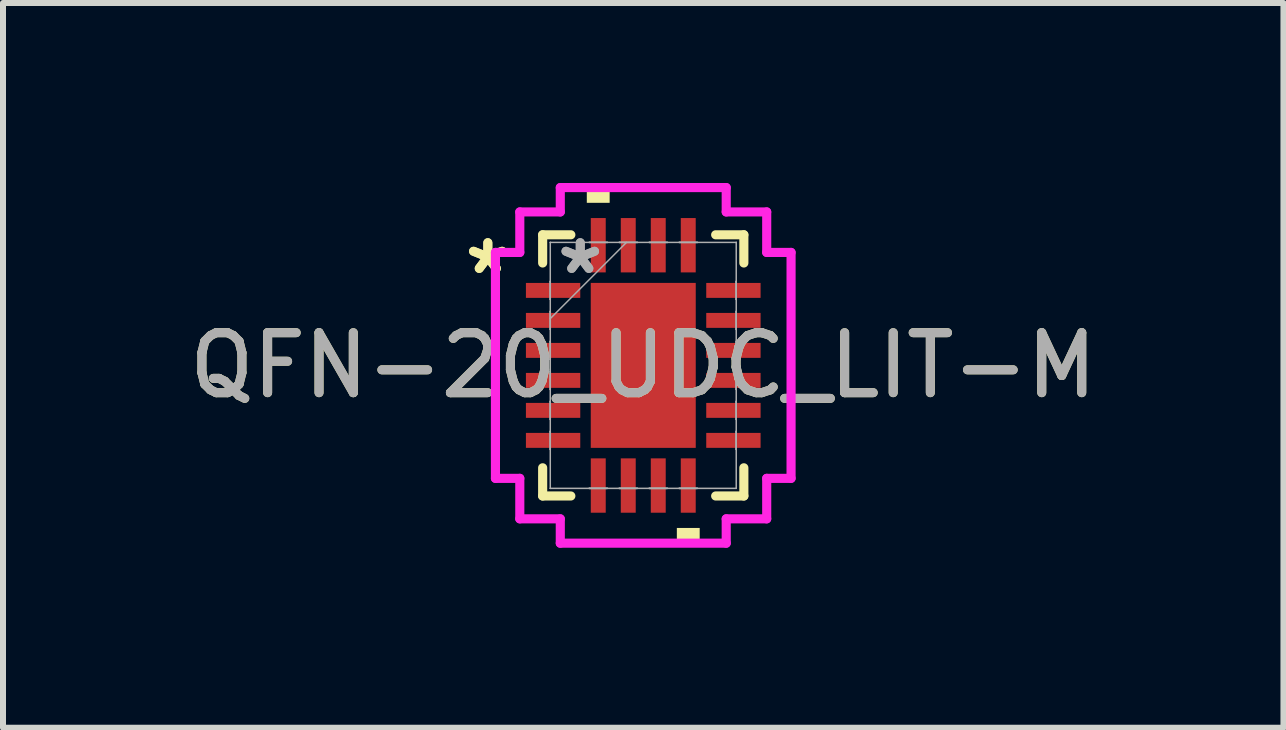
<source format=kicad_pcb>
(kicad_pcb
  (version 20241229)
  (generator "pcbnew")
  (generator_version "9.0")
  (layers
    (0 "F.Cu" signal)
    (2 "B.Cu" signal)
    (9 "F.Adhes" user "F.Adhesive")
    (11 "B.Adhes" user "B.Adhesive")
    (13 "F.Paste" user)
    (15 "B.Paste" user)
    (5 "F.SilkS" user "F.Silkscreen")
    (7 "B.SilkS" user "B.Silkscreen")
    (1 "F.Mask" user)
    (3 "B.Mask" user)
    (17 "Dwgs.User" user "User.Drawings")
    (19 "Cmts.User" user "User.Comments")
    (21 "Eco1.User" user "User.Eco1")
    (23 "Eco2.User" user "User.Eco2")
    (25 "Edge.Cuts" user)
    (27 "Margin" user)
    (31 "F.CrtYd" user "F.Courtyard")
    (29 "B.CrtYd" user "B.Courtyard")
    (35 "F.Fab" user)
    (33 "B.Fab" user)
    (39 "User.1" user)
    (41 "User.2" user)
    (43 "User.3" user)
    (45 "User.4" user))
  (footprint "QFN-20_UDC_LIT-M"
    (layer "F.Cu")
    (at 7.673 3.041)
    (property "Reference" "QFN-20_UDC_LIT-M" (at 0 0 0) (unlocked yes) (layer "F.SilkS") (effects (font (size 1 1) (thickness 0.15))))
    (attr smd)
    (fp_line (start -1.677 -2.177) (end -1.677 -1.707) (stroke (width 0.152) (type solid)) (layer "F.SilkS"))
    (fp_line (start -1.677 1.707) (end -1.677 2.177) (stroke (width 0.152) (type solid)) (layer "F.SilkS"))
    (fp_line (start -1.677 2.177) (end -1.207 2.177) (stroke (width 0.152) (type solid)) (layer "F.SilkS"))
    (fp_line (start -1.207 -2.177) (end -1.677 -2.177) (stroke (width 0.152) (type solid)) (layer "F.SilkS"))
    (fp_line (start 1.207 2.177) (end 1.677 2.177) (stroke (width 0.152) (type solid)) (layer "F.SilkS"))
    (fp_line (start 1.677 -2.177) (end 1.207 -2.177) (stroke (width 0.152) (type solid)) (layer "F.SilkS"))
    (fp_line (start 1.677 -1.707) (end 1.677 -2.177) (stroke (width 0.152) (type solid)) (layer "F.SilkS"))
    (fp_line (start 1.677 2.177) (end 1.677 1.707) (stroke (width 0.152) (type solid)) (layer "F.SilkS"))
    (fp_poly (pts (xy -0.941 -2.71) (xy -0.941 -2.964) (xy -0.56 -2.964) (xy -0.56 -2.71)) (stroke (width 0) (type solid)) (fill yes) (layer "F.SilkS"))
    (fp_poly (pts (xy 0.56 2.71) (xy 0.56 2.964) (xy 0.941 2.964) (xy 0.941 2.71)) (stroke (width 0) (type solid)) (fill yes) (layer "F.SilkS"))
    (fp_poly (pts (xy -0.775 -1.275) (xy -0.775 -0.1) (xy 0.775 -0.1) (xy 0.775 -1.275)) (stroke (width 0) (type solid)) (fill yes) (layer "F.Paste"))
    (fp_poly (pts (xy -0.775 0.1) (xy -0.775 1.275) (xy 0.775 1.275) (xy 0.775 0.1)) (stroke (width 0) (type solid)) (fill yes) (layer "F.Paste"))
    (fp_line (start -2.464 -1.883) (end -2.058 -1.883) (stroke (width 0.152) (type solid)) (layer "F.CrtYd"))
    (fp_line (start -2.464 1.883) (end -2.464 -1.883) (stroke (width 0.152) (type solid)) (layer "F.CrtYd"))
    (fp_line (start -2.058 -2.558) (end -1.383 -2.558) (stroke (width 0.152) (type solid)) (layer "F.CrtYd"))
    (fp_line (start -2.058 -1.883) (end -2.058 -2.558) (stroke (width 0.152) (type solid)) (layer "F.CrtYd"))
    (fp_line (start -2.058 1.883) (end -2.464 1.883) (stroke (width 0.152) (type solid)) (layer "F.CrtYd"))
    (fp_line (start -2.058 2.558) (end -2.058 1.883) (stroke (width 0.152) (type solid)) (layer "F.CrtYd"))
    (fp_line (start -1.383 -2.964) (end 1.383 -2.964) (stroke (width 0.152) (type solid)) (layer "F.CrtYd"))
    (fp_line (start -1.383 -2.558) (end -1.383 -2.964) (stroke (width 0.152) (type solid)) (layer "F.CrtYd"))
    (fp_line (start -1.383 2.558) (end -2.058 2.558) (stroke (width 0.152) (type solid)) (layer "F.CrtYd"))
    (fp_line (start -1.383 2.964) (end -1.383 2.558) (stroke (width 0.152) (type solid)) (layer "F.CrtYd"))
    (fp_line (start 1.383 -2.964) (end 1.383 -2.558) (stroke (width 0.152) (type solid)) (layer "F.CrtYd"))
    (fp_line (start 1.383 -2.558) (end 2.058 -2.558) (stroke (width 0.152) (type solid)) (layer "F.CrtYd"))
    (fp_line (start 1.383 2.558) (end 1.383 2.964) (stroke (width 0.152) (type solid)) (layer "F.CrtYd"))
    (fp_line (start 1.383 2.964) (end -1.383 2.964) (stroke (width 0.152) (type solid)) (layer "F.CrtYd"))
    (fp_line (start 2.058 -2.558) (end 2.058 -1.883) (stroke (width 0.152) (type solid)) (layer "F.CrtYd"))
    (fp_line (start 2.058 -1.883) (end 2.464 -1.883) (stroke (width 0.152) (type solid)) (layer "F.CrtYd"))
    (fp_line (start 2.058 1.883) (end 2.058 2.558) (stroke (width 0.152) (type solid)) (layer "F.CrtYd"))
    (fp_line (start 2.058 2.558) (end 1.383 2.558) (stroke (width 0.152) (type solid)) (layer "F.CrtYd"))
    (fp_line (start 2.464 -1.883) (end 2.464 1.883) (stroke (width 0.152) (type solid)) (layer "F.CrtYd"))
    (fp_line (start 2.464 1.883) (end 2.058 1.883) (stroke (width 0.152) (type solid)) (layer "F.CrtYd"))
    (fp_line (start -1.55 -2.05) (end -1.55 -2.05) (stroke (width 0.025) (type solid)) (layer "F.Fab"))
    (fp_line (start -1.55 -2.05) (end -1.55 2.05) (stroke (width 0.025) (type solid)) (layer "F.Fab"))
    (fp_line (start -1.55 -1.4) (end -1.55 -1.4) (stroke (width 0.025) (type solid)) (layer "F.Fab"))
    (fp_line (start -1.55 -1.4) (end -1.55 -1.1) (stroke (width 0.025) (type solid)) (layer "F.Fab"))
    (fp_line (start -1.55 -1.1) (end -1.55 -1.4) (stroke (width 0.025) (type solid)) (layer "F.Fab"))
    (fp_line (start -1.55 -1.1) (end -1.55 -1.1) (stroke (width 0.025) (type solid)) (layer "F.Fab"))
    (fp_line (start -1.55 -0.9) (end -1.55 -0.9) (stroke (width 0.025) (type solid)) (layer "F.Fab"))
    (fp_line (start -1.55 -0.9) (end -1.55 -0.6) (stroke (width 0.025) (type solid)) (layer "F.Fab"))
    (fp_line (start -1.55 -0.78) (end -0.28 -2.05) (stroke (width 0.025) (type solid)) (layer "F.Fab"))
    (fp_line (start -1.55 -0.6) (end -1.55 -0.9) (stroke (width 0.025) (type solid)) (layer "F.Fab"))
    (fp_line (start -1.55 -0.6) (end -1.55 -0.6) (stroke (width 0.025) (type solid)) (layer "F.Fab"))
    (fp_line (start -1.55 -0.4) (end -1.55 -0.4) (stroke (width 0.025) (type solid)) (layer "F.Fab"))
    (fp_line (start -1.55 -0.4) (end -1.55 -0.1) (stroke (width 0.025) (type solid)) (layer "F.Fab"))
    (fp_line (start -1.55 -0.1) (end -1.55 -0.4) (stroke (width 0.025) (type solid)) (layer "F.Fab"))
    (fp_line (start -1.55 -0.1) (end -1.55 -0.1) (stroke (width 0.025) (type solid)) (layer "F.Fab"))
    (fp_line (start -1.55 0.1) (end -1.55 0.1) (stroke (width 0.025) (type solid)) (layer "F.Fab"))
    (fp_line (start -1.55 0.1) (end -1.55 0.4) (stroke (width 0.025) (type solid)) (layer "F.Fab"))
    (fp_line (start -1.55 0.4) (end -1.55 0.1) (stroke (width 0.025) (type solid)) (layer "F.Fab"))
    (fp_line (start -1.55 0.4) (end -1.55 0.4) (stroke (width 0.025) (type solid)) (layer "F.Fab"))
    (fp_line (start -1.55 0.6) (end -1.55 0.6) (stroke (width 0.025) (type solid)) (layer "F.Fab"))
    (fp_line (start -1.55 0.6) (end -1.55 0.9) (stroke (width 0.025) (type solid)) (layer "F.Fab"))
    (fp_line (start -1.55 0.9) (end -1.55 0.6) (stroke (width 0.025) (type solid)) (layer "F.Fab"))
    (fp_line (start -1.55 0.9) (end -1.55 0.9) (stroke (width 0.025) (type solid)) (layer "F.Fab"))
    (fp_line (start -1.55 1.1) (end -1.55 1.1) (stroke (width 0.025) (type solid)) (layer "F.Fab"))
    (fp_line (start -1.55 1.1) (end -1.55 1.4) (stroke (width 0.025) (type solid)) (layer "F.Fab"))
    (fp_line (start -1.55 1.4) (end -1.55 1.1) (stroke (width 0.025) (type solid)) (layer "F.Fab"))
    (fp_line (start -1.55 1.4) (end -1.55 1.4) (stroke (width 0.025) (type solid)) (layer "F.Fab"))
    (fp_line (start -1.55 2.05) (end -1.55 2.05) (stroke (width 0.025) (type solid)) (layer "F.Fab"))
    (fp_line (start -1.55 2.05) (end 1.55 2.05) (stroke (width 0.025) (type solid)) (layer "F.Fab"))
    (fp_line (start -0.9 -2.05) (end -0.9 -2.05) (stroke (width 0.025) (type solid)) (layer "F.Fab"))
    (fp_line (start -0.9 -2.05) (end -0.6 -2.05) (stroke (width 0.025) (type solid)) (layer "F.Fab"))
    (fp_line (start -0.9 2.05) (end -0.9 2.05) (stroke (width 0.025) (type solid)) (layer "F.Fab"))
    (fp_line (start -0.9 2.05) (end -0.6 2.05) (stroke (width 0.025) (type solid)) (layer "F.Fab"))
    (fp_line (start -0.6 -2.05) (end -0.9 -2.05) (stroke (width 0.025) (type solid)) (layer "F.Fab"))
    (fp_line (start -0.6 -2.05) (end -0.6 -2.05) (stroke (width 0.025) (type solid)) (layer "F.Fab"))
    (fp_line (start -0.6 2.05) (end -0.9 2.05) (stroke (width 0.025) (type solid)) (layer "F.Fab"))
    (fp_line (start -0.6 2.05) (end -0.6 2.05) (stroke (width 0.025) (type solid)) (layer "F.Fab"))
    (fp_line (start -0.4 -2.05) (end -0.4 -2.05) (stroke (width 0.025) (type solid)) (layer "F.Fab"))
    (fp_line (start -0.4 -2.05) (end -0.1 -2.05) (stroke (width 0.025) (type solid)) (layer "F.Fab"))
    (fp_line (start -0.4 2.05) (end -0.4 2.05) (stroke (width 0.025) (type solid)) (layer "F.Fab"))
    (fp_line (start -0.4 2.05) (end -0.1 2.05) (stroke (width 0.025) (type solid)) (layer "F.Fab"))
    (fp_line (start -0.1 -2.05) (end -0.4 -2.05) (stroke (width 0.025) (type solid)) (layer "F.Fab"))
    (fp_line (start -0.1 -2.05) (end -0.1 -2.05) (stroke (width 0.025) (type solid)) (layer "F.Fab"))
    (fp_line (start -0.1 2.05) (end -0.4 2.05) (stroke (width 0.025) (type solid)) (layer "F.Fab"))
    (fp_line (start -0.1 2.05) (end -0.1 2.05) (stroke (width 0.025) (type solid)) (layer "F.Fab"))
    (fp_line (start 0.1 -2.05) (end 0.1 -2.05) (stroke (width 0.025) (type solid)) (layer "F.Fab"))
    (fp_line (start 0.1 -2.05) (end 0.4 -2.05) (stroke (width 0.025) (type solid)) (layer "F.Fab"))
    (fp_line (start 0.1 2.05) (end 0.1 2.05) (stroke (width 0.025) (type solid)) (layer "F.Fab"))
    (fp_line (start 0.1 2.05) (end 0.4 2.05) (stroke (width 0.025) (type solid)) (layer "F.Fab"))
    (fp_line (start 0.4 -2.05) (end 0.1 -2.05) (stroke (width 0.025) (type solid)) (layer "F.Fab"))
    (fp_line (start 0.4 -2.05) (end 0.4 -2.05) (stroke (width 0.025) (type solid)) (layer "F.Fab"))
    (fp_line (start 0.4 2.05) (end 0.1 2.05) (stroke (width 0.025) (type solid)) (layer "F.Fab"))
    (fp_line (start 0.4 2.05) (end 0.4 2.05) (stroke (width 0.025) (type solid)) (layer "F.Fab"))
    (fp_line (start 0.6 -2.05) (end 0.6 -2.05) (stroke (width 0.025) (type solid)) (layer "F.Fab"))
    (fp_line (start 0.6 -2.05) (end 0.9 -2.05) (stroke (width 0.025) (type solid)) (layer "F.Fab"))
    (fp_line (start 0.6 2.05) (end 0.6 2.05) (stroke (width 0.025) (type solid)) (layer "F.Fab"))
    (fp_line (start 0.6 2.05) (end 0.9 2.05) (stroke (width 0.025) (type solid)) (layer "F.Fab"))
    (fp_line (start 0.9 -2.05) (end 0.6 -2.05) (stroke (width 0.025) (type solid)) (layer "F.Fab"))
    (fp_line (start 0.9 -2.05) (end 0.9 -2.05) (stroke (width 0.025) (type solid)) (layer "F.Fab"))
    (fp_line (start 0.9 2.05) (end 0.6 2.05) (stroke (width 0.025) (type solid)) (layer "F.Fab"))
    (fp_line (start 0.9 2.05) (end 0.9 2.05) (stroke (width 0.025) (type solid)) (layer "F.Fab"))
    (fp_line (start 1.55 -2.05) (end -1.55 -2.05) (stroke (width 0.025) (type solid)) (layer "F.Fab"))
    (fp_line (start 1.55 -2.05) (end 1.55 -2.05) (stroke (width 0.025) (type solid)) (layer "F.Fab"))
    (fp_line (start 1.55 -1.4) (end 1.55 -1.4) (stroke (width 0.025) (type solid)) (layer "F.Fab"))
    (fp_line (start 1.55 -1.4) (end 1.55 -1.1) (stroke (width 0.025) (type solid)) (layer "F.Fab"))
    (fp_line (start 1.55 -1.1) (end 1.55 -1.4) (stroke (width 0.025) (type solid)) (layer "F.Fab"))
    (fp_line (start 1.55 -1.1) (end 1.55 -1.1) (stroke (width 0.025) (type solid)) (layer "F.Fab"))
    (fp_line (start 1.55 -0.9) (end 1.55 -0.9) (stroke (width 0.025) (type solid)) (layer "F.Fab"))
    (fp_line (start 1.55 -0.9) (end 1.55 -0.6) (stroke (width 0.025) (type solid)) (layer "F.Fab"))
    (fp_line (start 1.55 -0.6) (end 1.55 -0.9) (stroke (width 0.025) (type solid)) (layer "F.Fab"))
    (fp_line (start 1.55 -0.6) (end 1.55 -0.6) (stroke (width 0.025) (type solid)) (layer "F.Fab"))
    (fp_line (start 1.55 -0.4) (end 1.55 -0.4) (stroke (width 0.025) (type solid)) (layer "F.Fab"))
    (fp_line (start 1.55 -0.4) (end 1.55 -0.1) (stroke (width 0.025) (type solid)) (layer "F.Fab"))
    (fp_line (start 1.55 -0.1) (end 1.55 -0.4) (stroke (width 0.025) (type solid)) (layer "F.Fab"))
    (fp_line (start 1.55 -0.1) (end 1.55 -0.1) (stroke (width 0.025) (type solid)) (layer "F.Fab"))
    (fp_line (start 1.55 0.1) (end 1.55 0.1) (stroke (width 0.025) (type solid)) (layer "F.Fab"))
    (fp_line (start 1.55 0.1) (end 1.55 0.4) (stroke (width 0.025) (type solid)) (layer "F.Fab"))
    (fp_line (start 1.55 0.4) (end 1.55 0.1) (stroke (width 0.025) (type solid)) (layer "F.Fab"))
    (fp_line (start 1.55 0.4) (end 1.55 0.4) (stroke (width 0.025) (type solid)) (layer "F.Fab"))
    (fp_line (start 1.55 0.6) (end 1.55 0.6) (stroke (width 0.025) (type solid)) (layer "F.Fab"))
    (fp_line (start 1.55 0.6) (end 1.55 0.9) (stroke (width 0.025) (type solid)) (layer "F.Fab"))
    (fp_line (start 1.55 0.9) (end 1.55 0.6) (stroke (width 0.025) (type solid)) (layer "F.Fab"))
    (fp_line (start 1.55 0.9) (end 1.55 0.9) (stroke (width 0.025) (type solid)) (layer "F.Fab"))
    (fp_line (start 1.55 1.1) (end 1.55 1.1) (stroke (width 0.025) (type solid)) (layer "F.Fab"))
    (fp_line (start 1.55 1.1) (end 1.55 1.4) (stroke (width 0.025) (type solid)) (layer "F.Fab"))
    (fp_line (start 1.55 1.4) (end 1.55 1.1) (stroke (width 0.025) (type solid)) (layer "F.Fab"))
    (fp_line (start 1.55 1.4) (end 1.55 1.4) (stroke (width 0.025) (type solid)) (layer "F.Fab"))
    (fp_line (start 1.55 2.05) (end 1.55 -2.05) (stroke (width 0.025) (type solid)) (layer "F.Fab"))
    (fp_line (start 1.55 2.05) (end 1.55 2.05) (stroke (width 0.025) (type solid)) (layer "F.Fab"))
    (fp_text user "*" (at -2.591 -1.5 0) (layer "F.SilkS") (effects (font (size 1 1) (thickness 0.15))))
    (fp_text user "*" (at -2.591 -1.5 0) (unlocked yes) (layer "F.SilkS") (effects (font (size 1 1) (thickness 0.15))))
    (fp_text user "*" (at -1.05 -1.5 0) (layer "F.Fab") (effects (font (size 1 1) (thickness 0.15))))
    (fp_text user "${REFERENCE}" (at 0 0 0) (unlocked yes) (layer "F.Fab") (effects (font (size 1 1) (thickness 0.15))))
    (fp_text user "*" (at -1.05 -1.5 0) (unlocked yes) (layer "F.Fab") (effects (font (size 1 1) (thickness 0.15))))
    (pad "1" smd rect (at -1.503 -1.25 90) (size 0.249 0.906) (layers "F.Cu" "F.Mask" "F.Paste"))
    (pad "2" smd rect (at -1.503 -0.75 90) (size 0.249 0.906) (layers "F.Cu" "F.Mask" "F.Paste"))
    (pad "3" smd rect (at -1.503 -0.25 90) (size 0.249 0.906) (layers "F.Cu" "F.Mask" "F.Paste"))
    (pad "4" smd rect (at -1.503 0.25 90) (size 0.249 0.906) (layers "F.Cu" "F.Mask" "F.Paste"))
    (pad "5" smd rect (at -1.503 0.75 90) (size 0.249 0.906) (layers "F.Cu" "F.Mask" "F.Paste"))
    (pad "6" smd rect (at -1.503 1.25 90) (size 0.249 0.906) (layers "F.Cu" "F.Mask" "F.Paste"))
    (pad "7" smd rect (at -0.75 2.003) (size 0.249 0.906) (layers "F.Cu" "F.Mask" "F.Paste"))
    (pad "8" smd rect (at -0.25 2.003) (size 0.249 0.906) (layers "F.Cu" "F.Mask" "F.Paste"))
    (pad "9" smd rect (at 0.25 2.003) (size 0.249 0.906) (layers "F.Cu" "F.Mask" "F.Paste"))
    (pad "10" smd rect (at 0.75 2.003) (size 0.249 0.906) (layers "F.Cu" "F.Mask" "F.Paste"))
    (pad "11" smd rect (at 1.503 1.25 90) (size 0.249 0.906) (layers "F.Cu" "F.Mask" "F.Paste"))
    (pad "12" smd rect (at 1.503 0.75 90) (size 0.249 0.906) (layers "F.Cu" "F.Mask" "F.Paste"))
    (pad "13" smd rect (at 1.503 0.25 90) (size 0.249 0.906) (layers "F.Cu" "F.Mask" "F.Paste"))
    (pad "14" smd rect (at 1.503 -0.25 90) (size 0.249 0.906) (layers "F.Cu" "F.Mask" "F.Paste"))
    (pad "15" smd rect (at 1.503 -0.75 90) (size 0.249 0.906) (layers "F.Cu" "F.Mask" "F.Paste"))
    (pad "16" smd rect (at 1.503 -1.25 90) (size 0.249 0.906) (layers "F.Cu" "F.Mask" "F.Paste"))
    (pad "17" smd rect (at 0.75 -2.003) (size 0.249 0.906) (layers "F.Cu" "F.Mask" "F.Paste"))
    (pad "18" smd rect (at 0.25 -2.003) (size 0.249 0.906) (layers "F.Cu" "F.Mask" "F.Paste"))
    (pad "19" smd rect (at -0.25 -2.003) (size 0.249 0.906) (layers "F.Cu" "F.Mask" "F.Paste"))
    (pad "20" smd rect (at -0.75 -2.003) (size 0.249 0.906) (layers "F.Cu" "F.Mask" "F.Paste"))
    (pad "21" smd rect (at 0 0) (size 1.75 2.75) (layers "F.Cu" "F.Mask" "F.Paste")))
  (gr_rect
    (start -3 -3)
    (end 18.345 9.081)
    (stroke (width 0.1) (type default))
    (fill no)
    (layer "Edge.Cuts")))
</source>
